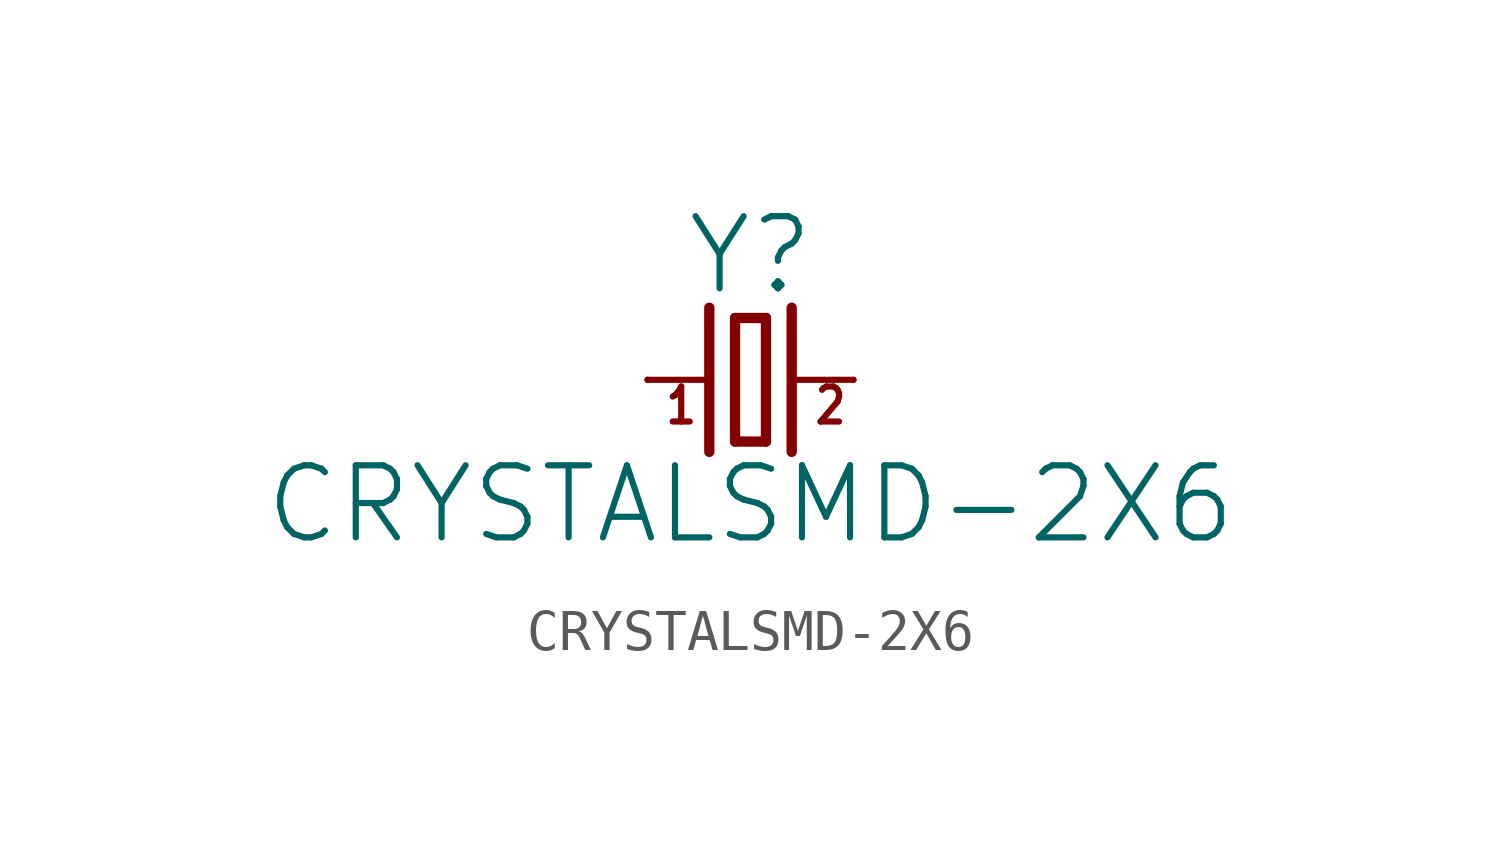
<source format=kicad_sym>
(kicad_symbol_lib
  (version 20211014)
  (generator kicad_symbol_editor)
  (symbol "CRYSTALSMD-2X6"
    (property "Reference" "Y"
      (at 0 2.032 0)
      (effects (font (size 1.778 1.778)) (justify bottom)))
    (property "Value" "CRYSTALSMD-2X6"
      (at 0 -2.032 0)
      (effects (font (size 1.778 1.778)) (justify top)))
    (property "ki_locked" ""
      (at 0 0 0)
      (effects (font (size 1.27 1.27))))
    (symbol "CRYSTALSMD-2X6_1_0"
      (polyline (pts (xy -2.54 0) (xy -1.016 0)) (stroke (width 0.152) (type default) (color 0 0 0 0)) (fill (type none)))
      (polyline (pts (xy -1.016 1.778) (xy -1.016 -1.778)) (stroke (width 0.254) (type default) (color 0 0 0 0)) (fill (type none)))
      (polyline (pts (xy -0.381 -1.524) (xy 0.381 -1.524)) (stroke (width 0.254) (type default) (color 0 0 0 0)) (fill (type none)))
      (polyline (pts (xy -0.381 1.524) (xy -0.381 -1.524)) (stroke (width 0.254) (type default) (color 0 0 0 0)) (fill (type none)))
      (polyline (pts (xy 0.381 -1.524) (xy 0.381 1.524)) (stroke (width 0.254) (type default) (color 0 0 0 0)) (fill (type none)))
      (polyline (pts (xy 0.381 1.524) (xy -0.381 1.524)) (stroke (width 0.254) (type default) (color 0 0 0 0)) (fill (type none)))
      (polyline (pts (xy 1.016 0) (xy 2.54 0)) (stroke (width 0.152) (type default) (color 0 0 0 0)) (fill (type none)))
      (polyline (pts (xy 1.016 1.778) (xy 1.016 -1.778)) (stroke (width 0.254) (type default) (color 0 0 0 0)) (fill (type none)))
      (text "1" (at -2.159 -1.143 0) (effects (font (size 0.864 0.734)) (justify left bottom)))
      (text "2" (at 1.524 -1.143 0) (effects (font (size 0.864 0.734)) (justify left bottom)))
      (pin passive line (at -2.54 0 0) (length 0) (name "1" (effects (font (size 0 0)))) (number "X1" (effects (font (size 0 0)))))
      (pin passive line (at 2.54 0 180) (length 0) (name "2" (effects (font (size 0 0)))) (number "X2" (effects (font (size 0 0))))))))
</source>
